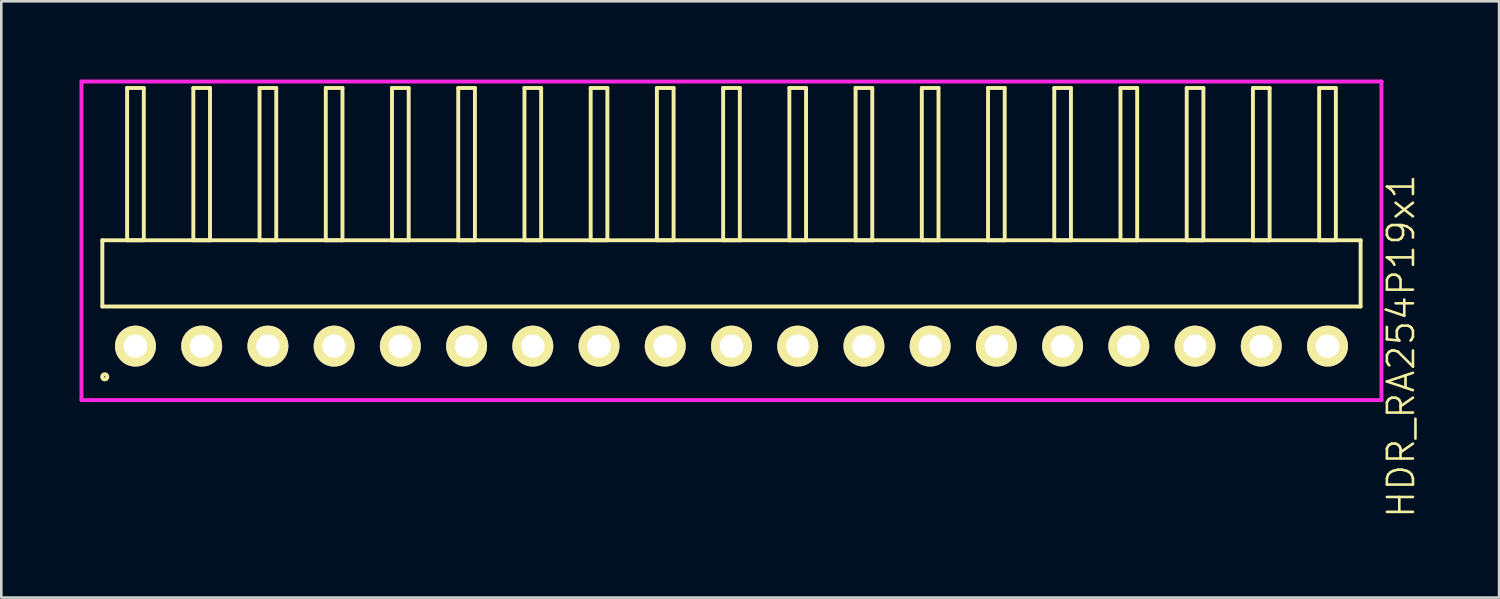
<source format=kicad_pcb>
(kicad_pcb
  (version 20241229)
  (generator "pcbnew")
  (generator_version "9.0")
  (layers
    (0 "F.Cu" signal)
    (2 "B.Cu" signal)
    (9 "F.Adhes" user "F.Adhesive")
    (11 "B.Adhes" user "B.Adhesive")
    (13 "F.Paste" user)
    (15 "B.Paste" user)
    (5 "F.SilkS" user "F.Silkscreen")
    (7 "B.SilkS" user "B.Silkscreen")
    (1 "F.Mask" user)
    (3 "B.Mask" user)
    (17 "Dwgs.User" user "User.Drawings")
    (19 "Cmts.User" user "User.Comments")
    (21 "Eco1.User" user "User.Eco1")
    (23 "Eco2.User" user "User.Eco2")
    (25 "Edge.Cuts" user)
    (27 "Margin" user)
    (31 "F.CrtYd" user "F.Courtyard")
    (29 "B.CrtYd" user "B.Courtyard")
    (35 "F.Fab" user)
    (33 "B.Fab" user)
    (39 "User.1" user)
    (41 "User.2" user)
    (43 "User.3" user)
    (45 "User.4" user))
  (footprint "HDR_RA254P19x1"
    (layer "F.Cu")
    (at 25.005 10.225)
    (property "Reference" "HDR_RA254P19x1" (at 25.68 0 90) (layer "F.SilkS") (effects (font (size 1 1) (thickness 0.1))))
    (attr through_hole)
    (fp_line (start -24.13 -4.06) (end -24.13 -1.52) (stroke (width 0.15) (type solid)) (layer "F.SilkS"))
    (fp_line (start -24.13 -1.52) (end 24.13 -1.52) (stroke (width 0.15) (type solid)) (layer "F.SilkS"))
    (fp_line (start -23.18 -9.9) (end -23.18 -4.06) (stroke (width 0.15) (type solid)) (layer "F.SilkS"))
    (fp_line (start -23.18 -4.06) (end -22.54 -4.06) (stroke (width 0.15) (type solid)) (layer "F.SilkS"))
    (fp_line (start -22.54 -9.9) (end -23.18 -9.9) (stroke (width 0.15) (type solid)) (layer "F.SilkS"))
    (fp_line (start -22.54 -4.06) (end -22.54 -9.9) (stroke (width 0.15) (type solid)) (layer "F.SilkS"))
    (fp_line (start -20.64 -9.9) (end -20.64 -4.06) (stroke (width 0.15) (type solid)) (layer "F.SilkS"))
    (fp_line (start -20.64 -4.06) (end -20 -4.06) (stroke (width 0.15) (type solid)) (layer "F.SilkS"))
    (fp_line (start -20 -9.9) (end -20.64 -9.9) (stroke (width 0.15) (type solid)) (layer "F.SilkS"))
    (fp_line (start -20 -4.06) (end -20 -9.9) (stroke (width 0.15) (type solid)) (layer "F.SilkS"))
    (fp_line (start -18.1 -9.9) (end -18.1 -4.06) (stroke (width 0.15) (type solid)) (layer "F.SilkS"))
    (fp_line (start -18.1 -4.06) (end -17.46 -4.06) (stroke (width 0.15) (type solid)) (layer "F.SilkS"))
    (fp_line (start -17.46 -9.9) (end -18.1 -9.9) (stroke (width 0.15) (type solid)) (layer "F.SilkS"))
    (fp_line (start -17.46 -4.06) (end -17.46 -9.9) (stroke (width 0.15) (type solid)) (layer "F.SilkS"))
    (fp_line (start -15.56 -9.9) (end -15.56 -4.06) (stroke (width 0.15) (type solid)) (layer "F.SilkS"))
    (fp_line (start -15.56 -4.06) (end -14.92 -4.06) (stroke (width 0.15) (type solid)) (layer "F.SilkS"))
    (fp_line (start -14.92 -9.9) (end -15.56 -9.9) (stroke (width 0.15) (type solid)) (layer "F.SilkS"))
    (fp_line (start -14.92 -4.06) (end -14.92 -9.9) (stroke (width 0.15) (type solid)) (layer "F.SilkS"))
    (fp_line (start -13.02 -9.9) (end -13.02 -4.06) (stroke (width 0.15) (type solid)) (layer "F.SilkS"))
    (fp_line (start -13.02 -4.06) (end -12.38 -4.06) (stroke (width 0.15) (type solid)) (layer "F.SilkS"))
    (fp_line (start -12.38 -9.9) (end -13.02 -9.9) (stroke (width 0.15) (type solid)) (layer "F.SilkS"))
    (fp_line (start -12.38 -4.06) (end -12.38 -9.9) (stroke (width 0.15) (type solid)) (layer "F.SilkS"))
    (fp_line (start -10.48 -9.9) (end -10.48 -4.06) (stroke (width 0.15) (type solid)) (layer "F.SilkS"))
    (fp_line (start -10.48 -4.06) (end -9.84 -4.06) (stroke (width 0.15) (type solid)) (layer "F.SilkS"))
    (fp_line (start -9.84 -9.9) (end -10.48 -9.9) (stroke (width 0.15) (type solid)) (layer "F.SilkS"))
    (fp_line (start -9.84 -4.06) (end -9.84 -9.9) (stroke (width 0.15) (type solid)) (layer "F.SilkS"))
    (fp_line (start -7.94 -9.9) (end -7.94 -4.06) (stroke (width 0.15) (type solid)) (layer "F.SilkS"))
    (fp_line (start -7.94 -4.06) (end -7.3 -4.06) (stroke (width 0.15) (type solid)) (layer "F.SilkS"))
    (fp_line (start -7.3 -9.9) (end -7.94 -9.9) (stroke (width 0.15) (type solid)) (layer "F.SilkS"))
    (fp_line (start -7.3 -4.06) (end -7.3 -9.9) (stroke (width 0.15) (type solid)) (layer "F.SilkS"))
    (fp_line (start -5.4 -9.9) (end -5.4 -4.06) (stroke (width 0.15) (type solid)) (layer "F.SilkS"))
    (fp_line (start -5.4 -4.06) (end -4.76 -4.06) (stroke (width 0.15) (type solid)) (layer "F.SilkS"))
    (fp_line (start -4.76 -9.9) (end -5.4 -9.9) (stroke (width 0.15) (type solid)) (layer "F.SilkS"))
    (fp_line (start -4.76 -4.06) (end -4.76 -9.9) (stroke (width 0.15) (type solid)) (layer "F.SilkS"))
    (fp_line (start -2.86 -9.9) (end -2.86 -4.06) (stroke (width 0.15) (type solid)) (layer "F.SilkS"))
    (fp_line (start -2.86 -4.06) (end -2.22 -4.06) (stroke (width 0.15) (type solid)) (layer "F.SilkS"))
    (fp_line (start -2.22 -9.9) (end -2.86 -9.9) (stroke (width 0.15) (type solid)) (layer "F.SilkS"))
    (fp_line (start -2.22 -4.06) (end -2.22 -9.9) (stroke (width 0.15) (type solid)) (layer "F.SilkS"))
    (fp_line (start -0.32 -9.9) (end -0.32 -4.06) (stroke (width 0.15) (type solid)) (layer "F.SilkS"))
    (fp_line (start -0.32 -4.06) (end 0.32 -4.06) (stroke (width 0.15) (type solid)) (layer "F.SilkS"))
    (fp_line (start 0.32 -9.9) (end -0.32 -9.9) (stroke (width 0.15) (type solid)) (layer "F.SilkS"))
    (fp_line (start 0.32 -4.06) (end 0.32 -9.9) (stroke (width 0.15) (type solid)) (layer "F.SilkS"))
    (fp_line (start 2.22 -9.9) (end 2.22 -4.06) (stroke (width 0.15) (type solid)) (layer "F.SilkS"))
    (fp_line (start 2.22 -4.06) (end 2.86 -4.06) (stroke (width 0.15) (type solid)) (layer "F.SilkS"))
    (fp_line (start 2.86 -9.9) (end 2.22 -9.9) (stroke (width 0.15) (type solid)) (layer "F.SilkS"))
    (fp_line (start 2.86 -4.06) (end 2.86 -9.9) (stroke (width 0.15) (type solid)) (layer "F.SilkS"))
    (fp_line (start 4.76 -9.9) (end 4.76 -4.06) (stroke (width 0.15) (type solid)) (layer "F.SilkS"))
    (fp_line (start 4.76 -4.06) (end 5.4 -4.06) (stroke (width 0.15) (type solid)) (layer "F.SilkS"))
    (fp_line (start 5.4 -9.9) (end 4.76 -9.9) (stroke (width 0.15) (type solid)) (layer "F.SilkS"))
    (fp_line (start 5.4 -4.06) (end 5.4 -9.9) (stroke (width 0.15) (type solid)) (layer "F.SilkS"))
    (fp_line (start 7.3 -9.9) (end 7.3 -4.06) (stroke (width 0.15) (type solid)) (layer "F.SilkS"))
    (fp_line (start 7.3 -4.06) (end 7.94 -4.06) (stroke (width 0.15) (type solid)) (layer "F.SilkS"))
    (fp_line (start 7.94 -9.9) (end 7.3 -9.9) (stroke (width 0.15) (type solid)) (layer "F.SilkS"))
    (fp_line (start 7.94 -4.06) (end 7.94 -9.9) (stroke (width 0.15) (type solid)) (layer "F.SilkS"))
    (fp_line (start 9.84 -9.9) (end 9.84 -4.06) (stroke (width 0.15) (type solid)) (layer "F.SilkS"))
    (fp_line (start 9.84 -4.06) (end 10.48 -4.06) (stroke (width 0.15) (type solid)) (layer "F.SilkS"))
    (fp_line (start 10.48 -9.9) (end 9.84 -9.9) (stroke (width 0.15) (type solid)) (layer "F.SilkS"))
    (fp_line (start 10.48 -4.06) (end 10.48 -9.9) (stroke (width 0.15) (type solid)) (layer "F.SilkS"))
    (fp_line (start 12.38 -9.9) (end 12.38 -4.06) (stroke (width 0.15) (type solid)) (layer "F.SilkS"))
    (fp_line (start 12.38 -4.06) (end 13.02 -4.06) (stroke (width 0.15) (type solid)) (layer "F.SilkS"))
    (fp_line (start 13.02 -9.9) (end 12.38 -9.9) (stroke (width 0.15) (type solid)) (layer "F.SilkS"))
    (fp_line (start 13.02 -4.06) (end 13.02 -9.9) (stroke (width 0.15) (type solid)) (layer "F.SilkS"))
    (fp_line (start 14.92 -9.9) (end 14.92 -4.06) (stroke (width 0.15) (type solid)) (layer "F.SilkS"))
    (fp_line (start 14.92 -4.06) (end 15.56 -4.06) (stroke (width 0.15) (type solid)) (layer "F.SilkS"))
    (fp_line (start 15.56 -9.9) (end 14.92 -9.9) (stroke (width 0.15) (type solid)) (layer "F.SilkS"))
    (fp_line (start 15.56 -4.06) (end 15.56 -9.9) (stroke (width 0.15) (type solid)) (layer "F.SilkS"))
    (fp_line (start 17.46 -9.9) (end 17.46 -4.06) (stroke (width 0.15) (type solid)) (layer "F.SilkS"))
    (fp_line (start 17.46 -4.06) (end 18.1 -4.06) (stroke (width 0.15) (type solid)) (layer "F.SilkS"))
    (fp_line (start 18.1 -9.9) (end 17.46 -9.9) (stroke (width 0.15) (type solid)) (layer "F.SilkS"))
    (fp_line (start 18.1 -4.06) (end 18.1 -9.9) (stroke (width 0.15) (type solid)) (layer "F.SilkS"))
    (fp_line (start 20 -9.9) (end 20 -4.06) (stroke (width 0.15) (type solid)) (layer "F.SilkS"))
    (fp_line (start 20 -4.06) (end 20.64 -4.06) (stroke (width 0.15) (type solid)) (layer "F.SilkS"))
    (fp_line (start 20.64 -9.9) (end 20 -9.9) (stroke (width 0.15) (type solid)) (layer "F.SilkS"))
    (fp_line (start 20.64 -4.06) (end 20.64 -9.9) (stroke (width 0.15) (type solid)) (layer "F.SilkS"))
    (fp_line (start 22.54 -9.9) (end 22.54 -4.06) (stroke (width 0.15) (type solid)) (layer "F.SilkS"))
    (fp_line (start 22.54 -4.06) (end 23.18 -4.06) (stroke (width 0.15) (type solid)) (layer "F.SilkS"))
    (fp_line (start 23.18 -9.9) (end 22.54 -9.9) (stroke (width 0.15) (type solid)) (layer "F.SilkS"))
    (fp_line (start 23.18 -4.06) (end 23.18 -9.9) (stroke (width 0.15) (type solid)) (layer "F.SilkS"))
    (fp_line (start 24.13 -4.06) (end -24.13 -4.06) (stroke (width 0.15) (type solid)) (layer "F.SilkS"))
    (fp_line (start 24.13 -1.52) (end 24.13 -4.06) (stroke (width 0.15) (type solid)) (layer "F.SilkS"))
    (fp_circle (center -24.037 1.178) (end -23.937 1.178) (stroke (width 0.15) (type solid)) (fill no) (layer "F.SilkS"))
    (fp_line (start -24.93 -10.15) (end -24.93 2.07) (stroke (width 0.15) (type solid)) (layer "F.CrtYd"))
    (fp_line (start -24.93 2.07) (end 24.93 2.07) (stroke (width 0.15) (type solid)) (layer "F.CrtYd"))
    (fp_line (start 24.93 -10.15) (end -24.93 -10.15) (stroke (width 0.15) (type solid)) (layer "F.CrtYd"))
    (fp_line (start 24.93 2.07) (end 24.93 -10.15) (stroke (width 0.15) (type solid)) (layer "F.CrtYd"))
    (pad "1" thru_hole oval (at -22.86 0) (size 1.57 1.57) (drill 0.9) (layers "*.Cu" "*.Mask" "F.SilkS"))
    (pad "2" thru_hole oval (at -20.32 0) (size 1.57 1.57) (drill 0.9) (layers "*.Cu" "*.Mask" "F.SilkS"))
    (pad "3" thru_hole oval (at -17.78 0) (size 1.57 1.57) (drill 0.9) (layers "*.Cu" "*.Mask" "F.SilkS"))
    (pad "4" thru_hole oval (at -15.24 0) (size 1.57 1.57) (drill 0.9) (layers "*.Cu" "*.Mask" "F.SilkS"))
    (pad "5" thru_hole oval (at -12.7 0) (size 1.57 1.57) (drill 0.9) (layers "*.Cu" "*.Mask" "F.SilkS"))
    (pad "6" thru_hole oval (at -10.16 0) (size 1.57 1.57) (drill 0.9) (layers "*.Cu" "*.Mask" "F.SilkS"))
    (pad "7" thru_hole oval (at -7.62 0) (size 1.57 1.57) (drill 0.9) (layers "*.Cu" "*.Mask" "F.SilkS"))
    (pad "8" thru_hole oval (at -5.08 0) (size 1.57 1.57) (drill 0.9) (layers "*.Cu" "*.Mask" "F.SilkS"))
    (pad "9" thru_hole oval (at -2.54 0) (size 1.57 1.57) (drill 0.9) (layers "*.Cu" "*.Mask" "F.SilkS"))
    (pad "10" thru_hole oval (at 0 0) (size 1.57 1.57) (drill 0.9) (layers "*.Cu" "*.Mask" "F.SilkS"))
    (pad "11" thru_hole oval (at 2.54 0) (size 1.57 1.57) (drill 0.9) (layers "*.Cu" "*.Mask" "F.SilkS"))
    (pad "12" thru_hole oval (at 5.08 0) (size 1.57 1.57) (drill 0.9) (layers "*.Cu" "*.Mask" "F.SilkS"))
    (pad "13" thru_hole oval (at 7.62 0) (size 1.57 1.57) (drill 0.9) (layers "*.Cu" "*.Mask" "F.SilkS"))
    (pad "14" thru_hole oval (at 10.16 0) (size 1.57 1.57) (drill 0.9) (layers "*.Cu" "*.Mask" "F.SilkS"))
    (pad "15" thru_hole oval (at 12.7 0) (size 1.57 1.57) (drill 0.9) (layers "*.Cu" "*.Mask" "F.SilkS"))
    (pad "16" thru_hole oval (at 15.24 0) (size 1.57 1.57) (drill 0.9) (layers "*.Cu" "*.Mask" "F.SilkS"))
    (pad "17" thru_hole oval (at 17.78 0) (size 1.57 1.57) (drill 0.9) (layers "*.Cu" "*.Mask" "F.SilkS"))
    (pad "18" thru_hole oval (at 20.32 0) (size 1.57 1.57) (drill 0.9) (layers "*.Cu" "*.Mask" "F.SilkS"))
    (pad "19" thru_hole oval (at 22.86 0) (size 1.57 1.57) (drill 0.9) (layers "*.Cu" "*.Mask" "F.SilkS")))
  (gr_rect
    (start -3 -3)
    (end 54.446 19.87)
    (stroke (width 0.1) (type default))
    (fill no)
    (layer "Edge.Cuts")))
</source>
